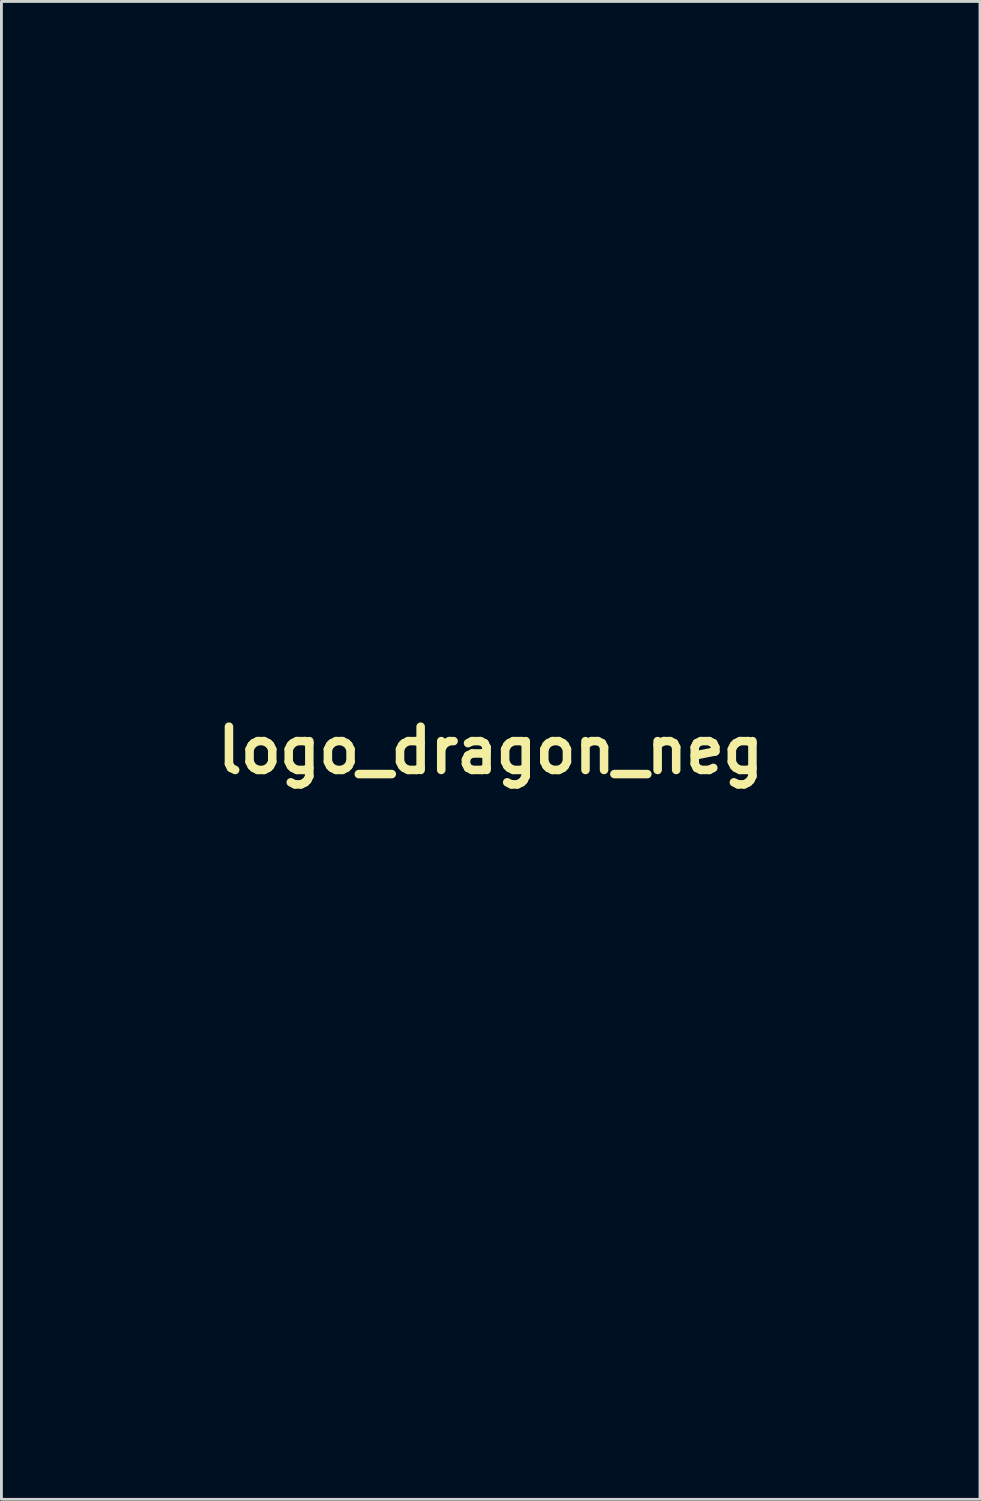
<source format=kicad_pcb>
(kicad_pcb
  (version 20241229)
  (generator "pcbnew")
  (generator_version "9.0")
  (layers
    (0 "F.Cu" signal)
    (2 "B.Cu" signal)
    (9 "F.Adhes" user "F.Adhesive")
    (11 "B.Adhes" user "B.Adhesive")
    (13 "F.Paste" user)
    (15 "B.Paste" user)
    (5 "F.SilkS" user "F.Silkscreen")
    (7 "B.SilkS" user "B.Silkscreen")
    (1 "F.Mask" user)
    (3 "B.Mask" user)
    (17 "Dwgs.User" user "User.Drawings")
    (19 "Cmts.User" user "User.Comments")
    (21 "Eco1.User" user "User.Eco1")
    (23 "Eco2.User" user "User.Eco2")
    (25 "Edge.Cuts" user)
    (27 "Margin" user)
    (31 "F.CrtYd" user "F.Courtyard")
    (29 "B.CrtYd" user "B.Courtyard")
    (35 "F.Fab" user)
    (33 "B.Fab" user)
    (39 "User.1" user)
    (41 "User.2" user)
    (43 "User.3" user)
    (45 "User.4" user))
  (footprint "logo_dragon_neg"
    (layer "F.Cu")
    (at 14.229 23.373)
    (property "Reference" "logo_dragon_neg" (at 0 0 0) (layer "F.SilkS") (effects (font (size 1.524 1.524) (thickness 0.3))))
    (attr through_hole)
    (fp_poly (pts (xy 10.875 -13.676) (xy 11.02 -13.524) (xy 11.202 -13.246) (xy 11.362 -12.954) (xy 11.467 -12.712) (xy 11.527 -12.456) (xy 11.553 -12.129) (xy 11.557 -11.861) (xy 11.545 -11.453) (xy 11.51 -11.205) (xy 11.454 -11.114) (xy 11.36 -11.162) (xy 11.211 -11.322) (xy 11.039 -11.559) (xy 11.031 -11.572) (xy 10.879 -11.814) (xy 10.785 -12.005) (xy 10.734 -12.2) (xy 10.714 -12.453) (xy 10.71 -12.819) (xy 10.71 -12.841) (xy 10.717 -13.19) (xy 10.737 -13.475) (xy 10.764 -13.652) (xy 10.78 -13.687) (xy 10.875 -13.676)) (stroke (width 0.01) (type solid)) (fill yes) (layer "F.Mask"))
    (fp_poly (pts (xy -2.486 10.815) (xy -2.095 10.987) (xy -1.704 11.244) (xy -1.698 11.25) (xy -1.49 11.414) (xy -2.079 11.999) (xy -2.401 12.336) (xy -2.737 12.714) (xy -3.026 13.064) (xy -3.09 13.147) (xy -3.291 13.406) (xy -3.455 13.603) (xy -3.556 13.706) (xy -3.571 13.714) (xy -3.638 13.646) (xy -3.69 13.525) (xy -3.719 13.352) (xy -3.74 13.065) (xy -3.75 12.722) (xy -3.751 12.657) (xy -3.743 12.293) (xy -3.708 12.023) (xy -3.629 11.772) (xy -3.486 11.468) (xy -3.434 11.365) (xy -3.272 11.062) (xy -3.154 10.88) (xy -3.05 10.788) (xy -2.928 10.756) (xy -2.825 10.753) (xy -2.486 10.815)) (stroke (width 0.01) (type solid)) (fill yes) (layer "F.Mask"))
    (fp_poly (pts (xy -6 -2.812) (xy -5.86 -2.665) (xy -5.661 -2.417) (xy -5.39 -2.056) (xy -5.097 -1.651) (xy -4.771 -1.197) (xy -4.534 -0.86) (xy -4.375 -0.621) (xy -4.285 -0.461) (xy -4.252 -0.36) (xy -4.266 -0.298) (xy -4.317 -0.257) (xy -4.342 -0.243) (xy -4.829 0.042) (xy -5.388 0.422) (xy -5.98 0.864) (xy -6.562 1.339) (xy -7.093 1.815) (xy -7.123 1.843) (xy -7.684 2.379) (xy -7.743 1.985) (xy -7.775 1.423) (xy -7.726 0.771) (xy -7.605 0.083) (xy -7.421 -0.587) (xy -7.224 -1.101) (xy -7.105 -1.339) (xy -6.935 -1.646) (xy -6.739 -1.983) (xy -6.538 -2.312) (xy -6.355 -2.596) (xy -6.215 -2.796) (xy -6.153 -2.866) (xy -6.093 -2.875) (xy -6 -2.812)) (stroke (width 0.01) (type solid)) (fill yes) (layer "F.Mask"))
    (fp_poly (pts (xy -0.494 -22.881) (xy -0.17 -22.529) (xy 0.052 -22.24) (xy 0.161 -22.035) (xy 0.169 -21.983) (xy 0.089 -21.973) (xy -0.136 -21.968) (xy -0.48 -21.968) (xy -0.919 -21.972) (xy -1.428 -21.982) (xy -1.587 -21.986) (xy -2.471 -21.994) (xy -3.332 -21.976) (xy -4.142 -21.933) (xy -4.875 -21.867) (xy -5.502 -21.781) (xy -5.995 -21.678) (xy -6.096 -21.649) (xy -6.477 -21.53) (xy -5.842 -21.236) (xy -5.207 -20.941) (xy -5.8 -20.835) (xy -6.681 -20.636) (xy -7.602 -20.354) (xy -8.483 -20.015) (xy -8.932 -19.81) (xy -9.895 -19.263) (xy -10.804 -18.605) (xy -11.642 -17.856) (xy -12.392 -17.036) (xy -13.037 -16.165) (xy -13.56 -15.262) (xy -13.944 -14.348) (xy -14.121 -13.716) (xy -14.14 -13.691) (xy -14.156 -13.805) (xy -14.171 -14.062) (xy -14.183 -14.465) (xy -14.193 -15.019) (xy -14.201 -15.728) (xy -14.208 -16.595) (xy -14.212 -17.625) (xy -14.214 -18.352) (xy -14.224 -23.368) (xy -0.968 -23.368) (xy -0.494 -22.881)) (stroke (width 0.01) (type solid)) (fill yes) (layer "F.Mask"))
    (fp_poly (pts (xy 4.78 -2.557) (xy 4.782 -2.556) (xy 4.821 -2.424) (xy 4.824 -2.175) (xy 4.795 -1.856) (xy 4.737 -1.516) (xy 4.701 -1.367) (xy 4.409 -0.574) (xy 3.968 0.147) (xy 3.392 0.779) (xy 2.794 1.24) (xy 2.457 1.447) (xy 2.156 1.593) (xy 1.825 1.704) (xy 1.4 1.805) (xy 1.331 1.82) (xy 1.036 1.881) (xy 0.82 1.926) (xy 0.722 1.947) (xy 0.72 1.947) (xy 0.66 1.894) (xy 0.497 1.749) (xy 0.252 1.531) (xy -0.051 1.26) (xy -0.169 1.155) (xy -0.62 0.75) (xy -0.956 0.439) (xy -1.189 0.209) (xy -1.333 0.045) (xy -1.403 -0.067) (xy -1.411 -0.142) (xy -1.402 -0.161) (xy -1.314 -0.221) (xy -1.101 -0.341) (xy -0.792 -0.505) (xy -0.415 -0.699) (xy 0.003 -0.909) (xy 0.433 -1.122) (xy 0.847 -1.322) (xy 1.216 -1.496) (xy 1.513 -1.63) (xy 1.524 -1.634) (xy 1.86 -1.767) (xy 2.27 -1.911) (xy 2.725 -2.059) (xy 3.197 -2.202) (xy 3.656 -2.332) (xy 4.073 -2.441) (xy 4.419 -2.521) (xy 4.664 -2.562) (xy 4.78 -2.557)) (stroke (width 0.01) (type solid)) (fill yes) (layer "F.Mask"))
    (fp_poly (pts (xy -4.061 -17.512) (xy -5.02 -16.492) (xy -5.845 -15.48) (xy -6.565 -14.438) (xy -7.195 -13.353) (xy -7.452 -12.859) (xy -7.683 -12.395) (xy -7.878 -11.982) (xy -8.026 -11.643) (xy -8.118 -11.399) (xy -8.143 -11.273) (xy -8.132 -11.261) (xy -8.055 -11.321) (xy -7.882 -11.488) (xy -7.633 -11.743) (xy -7.325 -12.069) (xy -6.976 -12.445) (xy -6.889 -12.54) (xy -6.118 -13.356) (xy -5.388 -14.068) (xy -4.714 -14.663) (xy -4.107 -15.131) (xy -3.85 -15.303) (xy -3.55 -15.478) (xy -3.172 -15.676) (xy -2.761 -15.876) (xy -2.36 -16.059) (xy -2.014 -16.203) (xy -1.768 -16.287) (xy -1.751 -16.291) (xy -1.511 -16.347) (xy -1.761 -15.984) (xy -1.992 -15.6) (xy -2.247 -15.099) (xy -2.506 -14.528) (xy -2.748 -13.933) (xy -2.953 -13.359) (xy -3.057 -13.018) (xy -3.134 -12.786) (xy -3.204 -12.64) (xy -3.234 -12.615) (xy -3.313 -12.683) (xy -3.417 -12.846) (xy -3.423 -12.857) (xy -3.533 -13.05) (xy -3.702 -13.323) (xy -3.893 -13.619) (xy -3.896 -13.623) (xy -4.244 -14.147) (xy -4.537 -13.741) (xy -4.717 -13.489) (xy -4.954 -13.153) (xy -5.21 -12.789) (xy -5.33 -12.615) (xy -5.634 -12.179) (xy -5.862 -11.852) (xy -6.036 -11.605) (xy -6.176 -11.407) (xy -6.304 -11.229) (xy -6.442 -11.042) (xy -6.593 -10.837) (xy -6.8 -10.55) (xy -6.978 -10.292) (xy -7.093 -10.111) (xy -7.105 -10.09) (xy -7.169 -9.953) (xy -7.127 -9.94) (xy -7.013 -9.996) (xy -6.538 -10.255) (xy -6.05 -10.542) (xy -5.601 -10.824) (xy -5.243 -11.07) (xy -5.199 -11.103) (xy -4.962 -11.273) (xy -4.772 -11.391) (xy -4.68 -11.43) (xy -4.583 -11.353) (xy -4.467 -11.148) (xy -4.345 -10.854) (xy -4.231 -10.508) (xy -4.137 -10.148) (xy -4.076 -9.813) (xy -4.06 -9.613) (xy -4.053 -9.514) (xy -4.023 -9.473) (xy -3.953 -9.501) (xy -3.822 -9.613) (xy -3.614 -9.821) (xy -3.309 -10.138) (xy -3.289 -10.16) (xy -2.962 -10.516) (xy -2.647 -10.882) (xy -2.379 -11.216) (xy -2.202 -11.464) (xy -1.882 -11.963) (xy -1.749 -11.675) (xy -1.649 -11.443) (xy -1.522 -11.125) (xy -1.413 -10.837) (xy -1.166 -10.232) (xy -0.902 -9.688) (xy -0.638 -9.237) (xy -0.389 -8.908) (xy -0.297 -8.818) (xy -0.103 -8.67) (xy 0.046 -8.596) (xy 0.09 -8.597) (xy 0.129 -8.7) (xy 0.158 -8.925) (xy 0.169 -9.224) (xy 0.169 -9.238) (xy 0.193 -9.617) (xy 0.257 -9.948) (xy 0.35 -10.195) (xy 0.46 -10.321) (xy 0.498 -10.329) (xy 0.595 -10.262) (xy 0.759 -10.078) (xy 0.969 -9.807) (xy 1.206 -9.478) (xy 1.449 -9.119) (xy 1.677 -8.759) (xy 1.869 -8.426) (xy 1.895 -8.377) (xy 2.089 -7.991) (xy 2.272 -7.59) (xy 2.413 -7.243) (xy 2.445 -7.154) (xy 2.566 -6.724) (xy 2.677 -6.208) (xy 2.77 -5.66) (xy 2.836 -5.136) (xy 2.865 -4.688) (xy 2.863 -4.487) (xy 2.836 -4.022) (xy 2.413 -4.816) (xy 1.887 -5.651) (xy 1.204 -6.481) (xy 0.377 -7.292) (xy -0.425 -7.952) (xy -0.711 -8.181) (xy -1 -8.429) (xy -1.111 -8.53) (xy -1.417 -8.818) (xy -1.716 -8.452) (xy -2.124 -7.848) (xy -2.495 -7.081) (xy -2.828 -6.153) (xy -3.047 -5.376) (xy -3.16 -4.93) (xy -3.23 -4.62) (xy -3.256 -4.421) (xy -3.237 -4.305) (xy -3.171 -4.246) (xy -3.055 -4.215) (xy -2.98 -4.202) (xy -2.667 -4.157) (xy -2.485 -4.16) (xy -2.399 -4.229) (xy -2.372 -4.381) (xy -2.371 -4.498) (xy -2.335 -4.9) (xy -2.241 -5.39) (xy -2.105 -5.904) (xy -1.943 -6.381) (xy -1.772 -6.756) (xy -1.764 -6.77) (xy -1.501 -7.232) (xy -0.983 -6.684) (xy -0.578 -6.228) (xy -0.203 -5.756) (xy 0.115 -5.303) (xy 0.354 -4.903) (xy 0.469 -4.647) (xy 0.576 -4.226) (xy 0.561 -3.873) (xy 0.419 -3.534) (xy 0.388 -3.483) (xy 0.291 -3.345) (xy 0.165 -3.204) (xy -0.008 -3.047) (xy -0.245 -2.858) (xy -0.567 -2.623) (xy -0.991 -2.327) (xy -1.536 -1.956) (xy -1.624 -1.896) (xy -2.002 -1.639) (xy -2.269 -1.471) (xy -2.456 -1.394) (xy -2.598 -1.41) (xy -2.728 -1.522) (xy -2.878 -1.732) (xy -3.048 -1.99) (xy -3.287 -2.384) (xy -3.57 -2.903) (xy -3.879 -3.513) (xy -4.201 -4.18) (xy -4.518 -4.871) (xy -4.816 -5.551) (xy -5.078 -6.187) (xy -5.29 -6.744) (xy -5.432 -7.176) (xy -5.505 -7.361) (xy -5.577 -7.449) (xy -5.584 -7.451) (xy -5.666 -7.392) (xy -5.839 -7.233) (xy -6.081 -6.995) (xy -6.367 -6.701) (xy -6.44 -6.625) (xy -7.283 -5.642) (xy -7.977 -4.616) (xy -8.542 -3.513) (xy -8.986 -2.335) (xy -9.201 -1.611) (xy -9.381 -0.871) (xy -9.528 -0.093) (xy -9.645 0.745) (xy -9.736 1.666) (xy -9.802 2.692) (xy -9.847 3.846) (xy -9.87 4.911) (xy -9.881 5.611) (xy -9.892 6.315) (xy -9.903 6.989) (xy -9.914 7.597) (xy -9.923 8.105) (xy -9.931 8.479) (xy -9.931 8.48) (xy -9.954 9.551) (xy -9.454 8.607) (xy -9.218 8.172) (xy -8.964 7.725) (xy -8.726 7.323) (xy -8.567 7.07) (xy -7.941 6.164) (xy -7.235 5.234) (xy -6.479 4.316) (xy -5.705 3.443) (xy -4.941 2.651) (xy -4.218 1.976) (xy -4.181 1.944) (xy -3.857 1.661) (xy -3.571 1.409) (xy -3.351 1.213) (xy -3.228 1.099) (xy -3.223 1.093) (xy -3.153 1.042) (xy -3.069 1.046) (xy -2.945 1.12) (xy -2.755 1.28) (xy -2.473 1.544) (xy -2.455 1.56) (xy -2.151 1.842) (xy -1.858 2.106) (xy -1.618 2.311) (xy -1.524 2.386) (xy -1.228 2.611) (xy -1.693 2.806) (xy -2.698 3.258) (xy -3.739 3.785) (xy -4.75 4.351) (xy -5.664 4.921) (xy -5.692 4.94) (xy -6.029 5.172) (xy -6.242 5.337) (xy -6.33 5.429) (xy -6.287 5.442) (xy -6.111 5.37) (xy -5.905 5.266) (xy -5.504 5.064) (xy -5.104 4.887) (xy -4.682 4.731) (xy -4.217 4.59) (xy -3.689 4.458) (xy -3.076 4.33) (xy -2.356 4.2) (xy -1.508 4.064) (xy -0.617 3.931) (xy 0.333 3.792) (xy 0.653 3.987) (xy 1.009 4.225) (xy 1.417 4.531) (xy 1.839 4.874) (xy 2.239 5.222) (xy 2.58 5.545) (xy 2.826 5.812) (xy 2.865 5.862) (xy 3.151 6.268) (xy 3.334 6.598) (xy 3.434 6.891) (xy 3.468 7.19) (xy 3.469 7.256) (xy 3.438 7.594) (xy 3.327 7.827) (xy 3.103 8.009) (xy 2.97 8.082) (xy 2.566 8.199) (xy 2.101 8.176) (xy 1.598 8.022) (xy 1.076 7.745) (xy 0.56 7.353) (xy 0.25 7.054) (xy -0.011 6.769) (xy -0.232 6.511) (xy -0.382 6.315) (xy -0.427 6.24) (xy -0.53 6.023) (xy -0.592 5.905) (xy -0.704 5.699) (xy -0.749 5.609) (xy -0.838 5.501) (xy -0.989 5.446) (xy -1.23 5.443) (xy -1.588 5.489) (xy -1.929 5.552) (xy -2.891 5.826) (xy -3.791 6.249) (xy -4.62 6.808) (xy -5.368 7.492) (xy -6.025 8.289) (xy -6.582 9.187) (xy -7.029 10.172) (xy -7.357 11.234) (xy -7.557 12.361) (xy -7.593 12.75) (xy -7.597 13.328) (xy -7.54 14.006) (xy -7.429 14.73) (xy -7.271 15.447) (xy -7.178 15.784) (xy -7.02 16.222) (xy -6.79 16.75) (xy -6.514 17.317) (xy -6.216 17.874) (xy -5.923 18.371) (xy -5.67 18.742) (xy -5.295 19.239) (xy -4.574 17.753) (xy -4.347 17.291) (xy -4.144 16.881) (xy -3.975 16.548) (xy -3.854 16.316) (xy -3.792 16.209) (xy -3.79 16.207) (xy -3.724 16.238) (xy -3.631 16.388) (xy -3.591 16.476) (xy -3.475 16.756) (xy -3.365 17.011) (xy -3.25 17.27) (xy -3.115 17.561) (xy -2.948 17.912) (xy -2.734 18.354) (xy -2.461 18.914) (xy -2.412 19.013) (xy -1.851 20.107) (xy -1.314 21.046) (xy -0.804 21.827) (xy -0.322 22.447) (xy 0.131 22.906) (xy 0.554 23.201) (xy 0.593 23.22) (xy 0.637 23.245) (xy 0.656 23.267) (xy 0.638 23.286) (xy 0.575 23.302) (xy 0.457 23.316) (xy 0.272 23.328) (xy 0.013 23.338) (xy -0.332 23.345) (xy -0.772 23.352) (xy -1.317 23.356) (xy -1.977 23.36) (xy -2.762 23.363) (xy -3.681 23.364) (xy -4.744 23.365) (xy -5.962 23.366) (xy -6.668 23.366) (xy -14.224 23.368) (xy -14.224 5.447) (xy -14.224 3.719) (xy -14.223 2.036) (xy -14.222 0.407) (xy -14.22 -1.16) (xy -14.218 -2.658) (xy -14.215 -4.079) (xy -14.212 -5.416) (xy -14.209 -6.66) (xy -14.205 -7.804) (xy -14.201 -8.84) (xy -14.197 -9.76) (xy -14.193 -10.557) (xy -14.188 -11.222) (xy -14.183 -11.749) (xy -14.178 -12.129) (xy -14.173 -12.354) (xy -14.168 -12.418) (xy -14.069 -12.424) (xy -13.879 -12.503) (xy -13.75 -12.573) (xy -13.523 -12.697) (xy -13.349 -12.773) (xy -13.299 -12.785) (xy -13.249 -12.704) (xy -13.218 -12.473) (xy -13.208 -12.129) (xy -13.191 -11.709) (xy -13.146 -11.225) (xy -13.082 -10.777) (xy -13.078 -10.753) (xy -12.919 -9.893) (xy -12.764 -9.087) (xy -12.622 -8.381) (xy -12.569 -8.128) (xy -12.477 -7.678) (xy -12.364 -7.11) (xy -12.241 -6.471) (xy -12.116 -5.809) (xy -11.999 -5.173) (xy -11.983 -5.08) (xy -11.909 -4.525) (xy -11.864 -3.876) (xy -11.848 -3.18) (xy -11.859 -2.482) (xy -11.899 -1.828) (xy -11.966 -1.266) (xy -12.023 -0.972) (xy -12.367 0.139) (xy -12.834 1.146) (xy -13.041 1.495) (xy -13.406 2.074) (xy -12.983 1.693) (xy -12.234 0.964) (xy -11.62 0.24) (xy -11.113 -0.515) (xy -10.818 -1.058) (xy -10.424 -1.997) (xy -10.148 -3) (xy -9.991 -4.076) (xy -9.952 -5.235) (xy -10.03 -6.487) (xy -10.227 -7.839) (xy -10.541 -9.302) (xy -10.651 -9.737) (xy -10.74 -10.222) (xy -10.786 -10.839) (xy -10.792 -11.303) (xy -10.789 -11.742) (xy -10.775 -12.058) (xy -10.744 -12.295) (xy -10.687 -12.499) (xy -10.596 -12.716) (xy -10.521 -12.873) (xy -10.18 -13.488) (xy -9.798 -13.986) (xy -9.327 -14.421) (xy -8.997 -14.666) (xy -8.732 -14.837) (xy -8.398 -15.038) (xy -8.029 -15.248) (xy -7.658 -15.45) (xy -7.318 -15.625) (xy -7.044 -15.757) (xy -6.868 -15.826) (xy -6.834 -15.833) (xy -6.739 -15.863) (xy -6.547 -15.94) (xy -6.466 -15.975) (xy -6.138 -16.118) (xy -6.392 -16.177) (xy -6.58 -16.202) (xy -6.89 -16.224) (xy -7.276 -16.24) (xy -7.599 -16.246) (xy -7.978 -16.256) (xy -8.285 -16.277) (xy -8.487 -16.305) (xy -8.551 -16.333) (xy -8.481 -16.459) (xy -8.29 -16.644) (xy -8.005 -16.867) (xy -7.654 -17.107) (xy -7.265 -17.344) (xy -7.033 -17.471) (xy -6.488 -17.727) (xy -5.866 -17.969) (xy -5.225 -18.178) (xy -4.624 -18.333) (xy -4.206 -18.408) (xy -3.853 -18.452) (xy -3.484 -18.498) (xy -3.414 -18.507) (xy -3.019 -18.557) (xy -4.061 -17.512)) (stroke (width 0.01) (type solid)) (fill yes) (layer "F.Mask"))
    (fp_poly (pts (xy 14.224 -0.000001) (xy 14.224 23.368) (xy 1.33 23.368) (xy 1.617 23.174) (xy 1.916 22.885) (xy 2.176 22.442) (xy 2.401 21.84) (xy 2.472 21.59) (xy 2.559 21.136) (xy 2.618 20.561) (xy 2.65 19.911) (xy 2.654 19.231) (xy 2.63 18.568) (xy 2.579 17.967) (xy 2.5 17.473) (xy 2.472 17.357) (xy 2.267 16.723) (xy 2.035 16.255) (xy 1.775 15.953) (xy 1.488 15.818) (xy 1.177 15.848) (xy 0.96 15.976) (xy 0.706 16.199) (xy 0.462 16.469) (xy 0.276 16.735) (xy 0.237 16.811) (xy 0.145 16.964) (xy 0.077 17.018) (xy -0.03 16.95) (xy -0.17 16.783) (xy -0.302 16.571) (xy -0.389 16.37) (xy -0.395 16.348) (xy -0.465 16.141) (xy -0.53 16.023) (xy -0.639 15.967) (xy -0.824 15.93) (xy -1.028 15.916) (xy -1.192 15.929) (xy -1.258 15.971) (xy -1.255 15.981) (xy -1.212 16.087) (xy -1.128 16.305) (xy -1.023 16.579) (xy -0.772 17.076) (xy -0.42 17.554) (xy -0.014 17.955) (xy 0.224 18.126) (xy 0.459 18.235) (xy 0.603 18.203) (xy 0.668 18.025) (xy 0.676 17.888) (xy 0.71 17.711) (xy 0.797 17.447) (xy 0.887 17.226) (xy 1.027 16.946) (xy 1.142 16.805) (xy 1.247 16.78) (xy 1.402 16.891) (xy 1.543 17.146) (xy 1.668 17.52) (xy 1.774 17.988) (xy 1.856 18.525) (xy 1.913 19.106) (xy 1.939 19.706) (xy 1.934 20.299) (xy 1.892 20.861) (xy 1.829 21.278) (xy 1.704 21.758) (xy 1.538 22.085) (xy 1.322 22.275) (xy 1.102 22.337) (xy 0.92 22.332) (xy 0.75 22.259) (xy 0.543 22.092) (xy 0.443 21.998) (xy 0.213 21.749) (xy -0.055 21.417) (xy -0.309 21.068) (xy -0.356 20.997) (xy -0.618 20.57) (xy -0.924 20.022) (xy -1.257 19.387) (xy -1.597 18.703) (xy -1.929 18.005) (xy -2.232 17.33) (xy -2.491 16.713) (xy -2.541 16.586) (xy -2.674 16.258) (xy -2.814 15.932) (xy -2.879 15.79) (xy -3.009 15.502) (xy -3.077 15.282) (xy -3.074 15.093) (xy -2.99 14.894) (xy -2.816 14.647) (xy -2.542 14.312) (xy -2.522 14.288) (xy -1.79 13.498) (xy -1.01 12.82) (xy -0.316 12.342) (xy 0.164 12.053) (xy -0.175 11.593) (xy -0.616 11.001) (xy -0.979 10.531) (xy -1.284 10.171) (xy -1.55 9.903) (xy -1.797 9.712) (xy -2.044 9.585) (xy -2.311 9.505) (xy -2.617 9.457) (xy -2.949 9.428) (xy -3.723 9.373) (xy -4.023 10.031) (xy -4.33 10.752) (xy -4.55 11.392) (xy -4.702 12.006) (xy -4.758 12.324) (xy -4.803 12.664) (xy -4.814 12.952) (xy -4.788 13.255) (xy -4.724 13.638) (xy -4.699 13.767) (xy -4.625 14.116) (xy -4.553 14.399) (xy -4.496 14.575) (xy -4.472 14.614) (xy -4.406 14.743) (xy -4.422 14.95) (xy -4.51 15.173) (xy -4.563 15.252) (xy -4.715 15.467) (xy -4.872 15.723) (xy -4.888 15.75) (xy -5.02 15.937) (xy -5.145 16.039) (xy -5.172 16.044) (xy -5.274 15.975) (xy -5.414 15.797) (xy -5.519 15.623) (xy -5.81 14.912) (xy -5.97 14.129) (xy -6.006 13.297) (xy -5.925 12.439) (xy -5.736 11.58) (xy -5.446 10.742) (xy -5.062 9.949) (xy -4.592 9.226) (xy -4.044 8.595) (xy -3.425 8.082) (xy -3.031 7.843) (xy -2.731 7.713) (xy -2.37 7.594) (xy -2.178 7.545) (xy -1.689 7.437) (xy -1.119 7.937) (xy -0.412 8.516) (xy 0.243 8.955) (xy 0.872 9.267) (xy 1.5 9.464) (xy 2.152 9.556) (xy 2.493 9.567) (xy 3.029 9.543) (xy 3.447 9.459) (xy 3.793 9.301) (xy 4.112 9.055) (xy 4.128 9.041) (xy 4.442 8.636) (xy 4.64 8.134) (xy 4.723 7.562) (xy 4.688 6.946) (xy 4.536 6.314) (xy 4.265 5.693) (xy 4.23 5.63) (xy 3.927 5.172) (xy 3.531 4.678) (xy 3.091 4.205) (xy 2.771 3.908) (xy 2.559 3.718) (xy 2.412 3.568) (xy 2.362 3.497) (xy 2.434 3.44) (xy 2.626 3.353) (xy 2.894 3.254) (xy 3.663 2.951) (xy 4.312 2.584) (xy 4.884 2.123) (xy 5.42 1.537) (xy 5.646 1.245) (xy 5.887 0.917) (xy 6.098 0.624) (xy 6.254 0.402) (xy 6.324 0.296) (xy 6.613 -0.181) (xy 6.828 -0.529) (xy 6.983 -0.763) (xy 7.09 -0.901) (xy 7.16 -0.96) (xy 7.205 -0.956) (xy 7.21 -0.952) (xy 7.258 -0.839) (xy 7.331 -0.584) (xy 7.424 -0.21) (xy 7.531 0.258) (xy 7.647 0.798) (xy 7.755 1.333) (xy 7.805 1.49) (xy 7.865 1.496) (xy 7.941 1.348) (xy 8.033 1.039) (xy 8.087 0.826) (xy 8.175 0.336) (xy 8.233 -0.254) (xy 8.262 -0.897) (xy 8.262 -1.548) (xy 8.232 -2.163) (xy 8.172 -2.695) (xy 8.098 -3.048) (xy 7.848 -3.852) (xy 7.568 -4.598) (xy 7.247 -5.305) (xy 6.872 -5.99) (xy 6.43 -6.673) (xy 5.908 -7.371) (xy 5.295 -8.103) (xy 4.577 -8.888) (xy 3.743 -9.744) (xy 3.191 -10.29) (xy 2.612 -10.86) (xy 2.148 -11.331) (xy 1.791 -11.723) (xy 1.533 -12.052) (xy 1.365 -12.339) (xy 1.28 -12.599) (xy 1.268 -12.853) (xy 1.323 -13.117) (xy 1.435 -13.411) (xy 1.597 -13.751) (xy 1.616 -13.789) (xy 1.844 -14.163) (xy 2.125 -14.512) (xy 2.261 -14.645) (xy 2.514 -14.854) (xy 2.68 -14.962) (xy 2.748 -14.966) (xy 2.707 -14.863) (xy 2.629 -14.753) (xy 2.393 -14.438) (xy 2.257 -14.233) (xy 2.211 -14.121) (xy 2.219 -14.093) (xy 2.311 -14.104) (xy 2.512 -14.172) (xy 2.76 -14.274) (xy 3.505 -14.568) (xy 4.183 -14.76) (xy 4.768 -14.845) (xy 4.868 -14.848) (xy 5.261 -14.824) (xy 5.63 -14.732) (xy 6.001 -14.557) (xy 6.401 -14.285) (xy 6.854 -13.901) (xy 7.249 -13.529) (xy 8.144 -12.658) (xy 7.635 -12.6) (xy 7.108 -12.499) (xy 6.708 -12.319) (xy 6.405 -12.043) (xy 6.26 -11.831) (xy 6.223 -11.701) (xy 6.325 -11.631) (xy 7.111 -11.295) (xy 7.761 -10.86) (xy 8.274 -10.326) (xy 8.551 -9.893) (xy 8.829 -9.372) (xy 8.437 -9.025) (xy 8.197 -8.777) (xy 7.996 -8.508) (xy 7.91 -8.347) (xy 7.832 -8.123) (xy 7.826 -7.955) (xy 7.896 -7.751) (xy 7.929 -7.677) (xy 8.062 -7.457) (xy 8.27 -7.245) (xy 8.59 -7.007) (xy 8.695 -6.937) (xy 9.308 -6.537) (xy 9.84 -6.751) (xy 10.167 -6.891) (xy 10.364 -7.009) (xy 10.463 -7.131) (xy 10.496 -7.287) (xy 10.497 -7.343) (xy 10.416 -7.538) (xy 10.24 -7.665) (xy 9.909 -7.888) (xy 9.713 -8.159) (xy 9.646 -8.498) (xy 9.702 -8.928) (xy 9.799 -9.26) (xy 9.881 -9.503) (xy 9.936 -9.668) (xy 9.949 -9.711) (xy 10.027 -9.731) (xy 10.228 -9.769) (xy 10.493 -9.814) (xy 10.828 -9.857) (xy 11.061 -9.852) (xy 11.253 -9.796) (xy 11.299 -9.775) (xy 11.541 -9.621) (xy 11.705 -9.41) (xy 11.803 -9.11) (xy 11.847 -8.693) (xy 11.853 -8.39) (xy 11.857 -8.023) (xy 11.872 -7.794) (xy 11.904 -7.672) (xy 11.959 -7.626) (xy 12.002 -7.621) (xy 12.2 -7.673) (xy 12.479 -7.806) (xy 12.792 -7.992) (xy 13.091 -8.201) (xy 13.329 -8.405) (xy 13.401 -8.484) (xy 13.562 -8.75) (xy 13.727 -9.138) (xy 13.882 -9.604) (xy 14.011 -10.101) (xy 14.091 -10.527) (xy 14.152 -10.937) (xy 13.643 -10.591) (xy 13.386 -10.41) (xy 13.186 -10.257) (xy 13.084 -10.164) (xy 13.081 -10.16) (xy 13 -10.078) (xy 12.944 -10.144) (xy 12.91 -10.365) (xy 12.898 -10.628) (xy 12.834 -11.355) (xy 12.672 -12.078) (xy 12.403 -12.818) (xy 12.018 -13.595) (xy 11.508 -14.432) (xy 11.029 -15.125) (xy 10.804 -15.438) (xy 10.534 -15.817) (xy 10.27 -16.19) (xy 10.223 -16.256) (xy 10.019 -16.535) (xy 9.845 -16.751) (xy 9.728 -16.874) (xy 9.698 -16.891) (xy 9.643 -16.815) (xy 9.553 -16.61) (xy 9.439 -16.306) (xy 9.326 -15.97) (xy 9.032 -15.05) (xy 8.913 -15.378) (xy 8.659 -15.978) (xy 8.353 -16.501) (xy 7.956 -17.006) (xy 7.662 -17.321) (xy 7.257 -17.717) (xy 6.895 -18.032) (xy 6.595 -18.252) (xy 6.378 -18.362) (xy 6.319 -18.372) (xy 6.286 -18.296) (xy 6.272 -18.095) (xy 6.28 -17.835) (xy 6.314 -17.298) (xy 5.676 -17.586) (xy 5.324 -17.746) (xy 4.985 -17.9) (xy 4.725 -18.019) (xy 4.699 -18.031) (xy 4.282 -18.205) (xy 3.851 -18.355) (xy 3.454 -18.468) (xy 3.138 -18.528) (xy 3.026 -18.535) (xy 2.851 -18.527) (xy 2.834 -18.507) (xy 2.963 -18.463) (xy 2.964 -18.463) (xy 3.486 -18.229) (xy 3.94 -17.857) (xy 4.007 -17.785) (xy 4.178 -17.592) (xy 4.291 -17.458) (xy 4.318 -17.419) (xy 4.239 -17.409) (xy 4.027 -17.401) (xy 3.715 -17.396) (xy 3.45 -17.394) (xy 2.892 -17.371) (xy 2.423 -17.297) (xy 1.989 -17.155) (xy 1.535 -16.926) (xy 1.079 -16.643) (xy 0.816 -16.474) (xy 0.617 -16.355) (xy 0.515 -16.306) (xy 0.508 -16.308) (xy 0.554 -16.437) (xy 0.684 -16.689) (xy 0.888 -17.045) (xy 1.157 -17.489) (xy 1.258 -17.652) (xy 1.495 -18.062) (xy 1.723 -18.513) (xy 1.906 -18.932) (xy 1.964 -19.09) (xy 2.086 -19.43) (xy 2.184 -19.642) (xy 2.281 -19.761) (xy 2.399 -19.823) (xy 2.43 -19.832) (xy 2.591 -19.857) (xy 2.888 -19.884) (xy 3.288 -19.911) (xy 3.758 -19.936) (xy 4.149 -19.953) (xy 5.63 -20.008) (xy 5.271 -19.615) (xy 5.082 -19.411) (xy 4.962 -19.264) (xy 4.926 -19.159) (xy 4.988 -19.085) (xy 5.166 -19.028) (xy 5.473 -18.974) (xy 5.926 -18.911) (xy 6.138 -18.882) (xy 6.952 -18.728) (xy 7.729 -18.488) (xy 8.491 -18.152) (xy 9.257 -17.706) (xy 10.048 -17.141) (xy 10.886 -16.445) (xy 11.41 -15.969) (xy 11.629 -15.767) (xy 11.776 -15.646) (xy 11.85 -15.617) (xy 11.85 -15.693) (xy 11.776 -15.883) (xy 11.627 -16.199) (xy 11.401 -16.653) (xy 11.357 -16.741) (xy 10.67 -17.959) (xy 9.889 -19.049) (xy 8.998 -20.029) (xy 7.98 -20.92) (xy 6.858 -21.712) (xy 6.456 -21.969) (xy 6.175 -22.147) (xy 5.99 -22.26) (xy 5.88 -22.319) (xy 5.823 -22.339) (xy 5.795 -22.333) (xy 5.789 -22.327) (xy 5.794 -22.233) (xy 5.852 -22.039) (xy 5.891 -21.936) (xy 5.969 -21.717) (xy 6.002 -21.573) (xy 5.997 -21.548) (xy 5.905 -21.545) (xy 5.68 -21.563) (xy 5.358 -21.599) (xy 5.034 -21.641) (xy 4.534 -21.704) (xy 3.979 -21.766) (xy 3.459 -21.816) (xy 3.26 -21.832) (xy 2.79 -21.878) (xy 2.451 -21.94) (xy 2.206 -22.026) (xy 2.117 -22.074) (xy 1.884 -22.204) (xy 1.545 -22.382) (xy 1.145 -22.585) (xy 0.732 -22.789) (xy 0.351 -22.971) (xy 0.157 -23.06) (xy -0.083 -23.152) (xy -0.281 -23.202) (xy -0.309 -23.205) (xy -0.52 -23.243) (xy -0.635 -23.283) (xy -0.579 -23.295) (xy -0.364 -23.305) (xy -0.000482 -23.316) (xy 0.501 -23.325) (xy 1.13 -23.334) (xy 1.876 -23.342) (xy 2.729 -23.348) (xy 3.678 -23.354) (xy 4.714 -23.358) (xy 5.824 -23.361) (xy 6.709 -23.362) (xy 14.223 -23.368) (xy 14.224 -0.000001)) (stroke (width 0.01) (type solid)) (fill yes) (layer "F.Mask")))
  (gr_rect
    (start -3 -3)
    (end 31.458 49.746)
    (stroke (width 0.1) (type default))
    (fill no)
    (layer "Edge.Cuts")))
</source>
